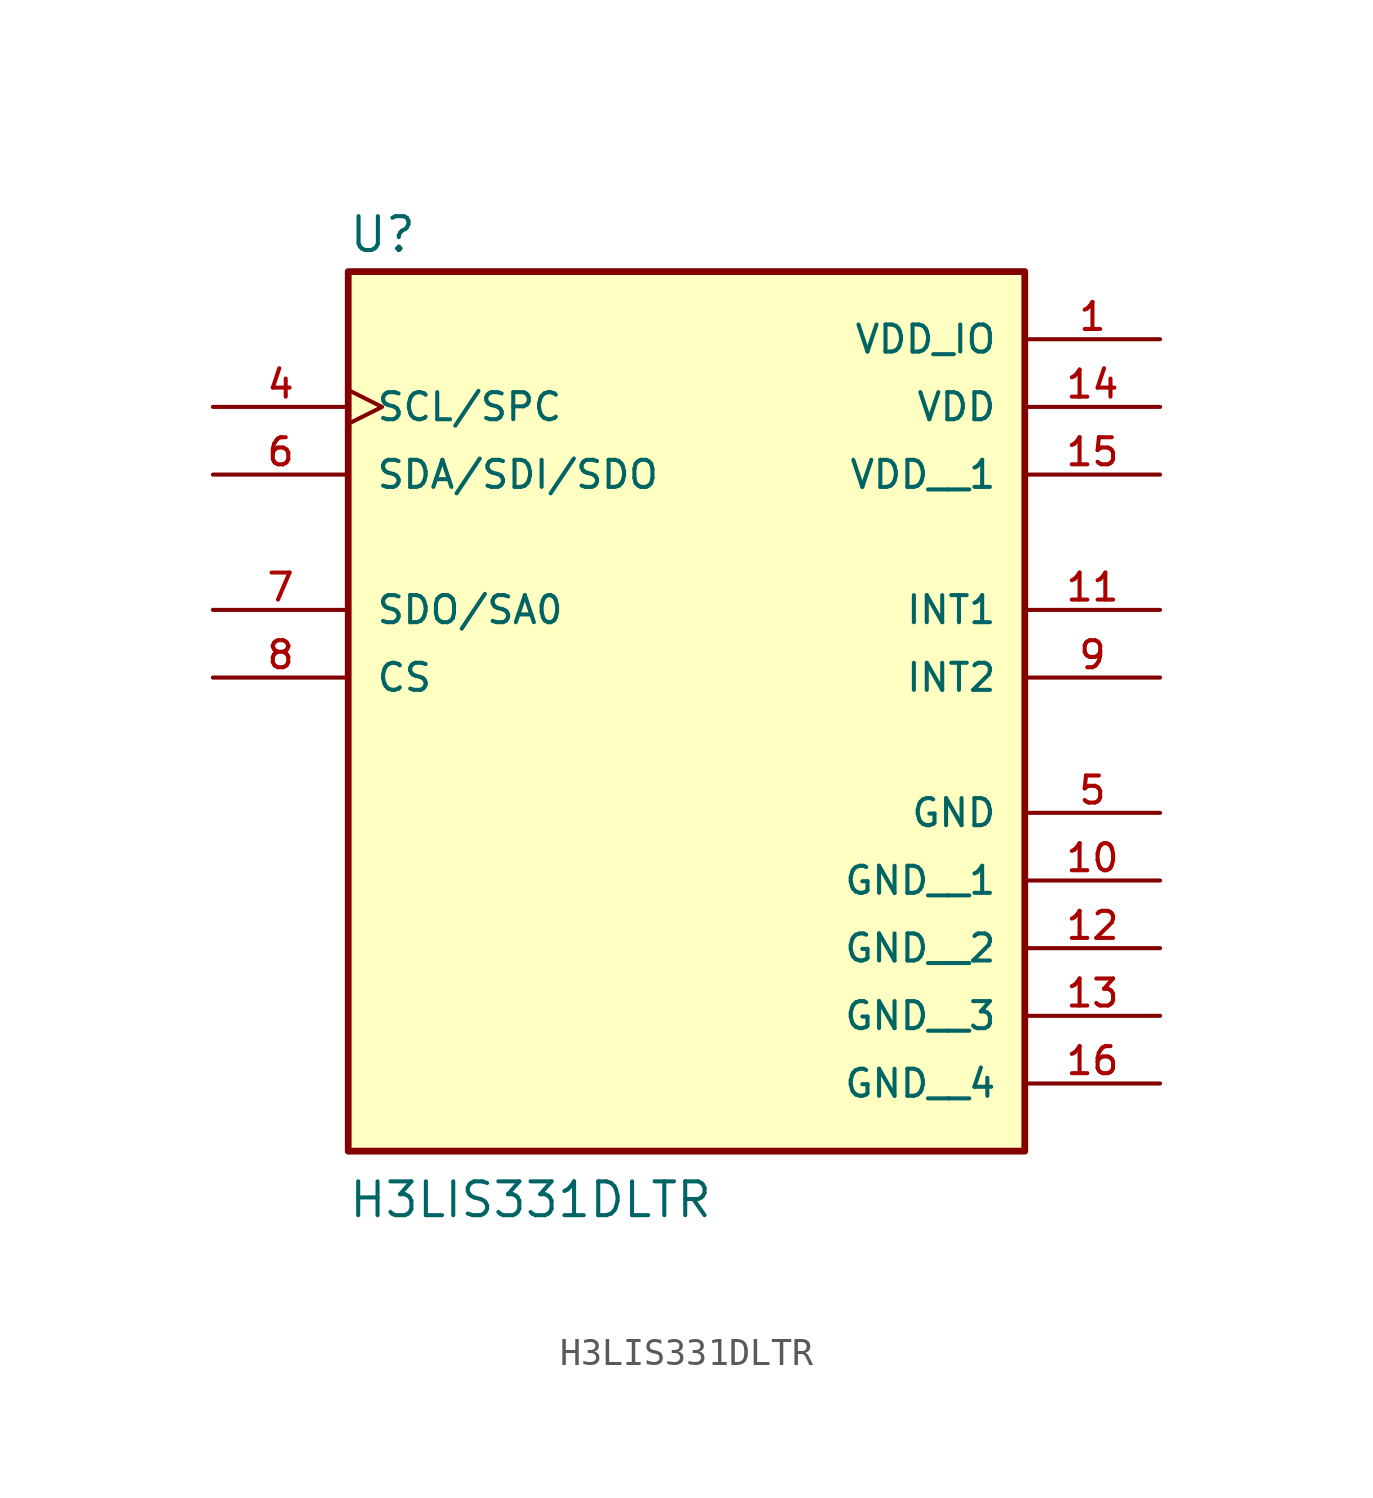
<source format=kicad_sym>
(kicad_symbol_lib
  (version 20211014)
  (generator kicad_symbol_editor)
  (symbol "H3LIS331DLTR"
    (pin_names
      (offset 1.016))
    (property "Reference" "U"
      (at -12.715 10.808 0)
      (effects (font (size 1.27 1.27)) (justify bottom left)))
    (property "Value" "H3LIS331DLTR"
      (at -12.727 -25.427 0)
      (effects (font (size 1.27 1.27)) (justify bottom left)))
    (symbol "H3LIS331DLTR_0_0"
      (rectangle (start -12.7 -22.86) (end 12.7 10.16) (stroke (width 0.254)) (fill (type background)))
      (pin power_in line (at 17.78 7.62 180.0) (length 5.08) (name "VDD_IO" (effects (font (size 1.016 1.016)))) (number "1" (effects (font (size 1.016 1.016)))))
      (pin input clock (at -17.78 5.08 0) (length 5.08) (name "SCL/SPC" (effects (font (size 1.016 1.016)))) (number "4" (effects (font (size 1.016 1.016)))))
      (pin bidirectional line (at -17.78 2.54 0) (length 5.08) (name "SDA/SDI/SDO" (effects (font (size 1.016 1.016)))) (number "6" (effects (font (size 1.016 1.016)))))
      (pin power_in line (at 17.78 -10.16 180.0) (length 5.08) (name "GND" (effects (font (size 1.016 1.016)))) (number "5" (effects (font (size 1.016 1.016)))))
      (pin bidirectional line (at -17.78 -2.54 0) (length 5.08) (name "SDO/SA0" (effects (font (size 1.016 1.016)))) (number "7" (effects (font (size 1.016 1.016)))))
      (pin input line (at -17.78 -5.08 0) (length 5.08) (name "CS" (effects (font (size 1.016 1.016)))) (number "8" (effects (font (size 1.016 1.016)))))
      (pin output line (at 17.78 -5.08 180.0) (length 5.08) (name "INT2" (effects (font (size 1.016 1.016)))) (number "9" (effects (font (size 1.016 1.016)))))
      (pin output line (at 17.78 -2.54 180.0) (length 5.08) (name "INT1" (effects (font (size 1.016 1.016)))) (number "11" (effects (font (size 1.016 1.016)))))
      (pin power_in line (at 17.78 5.08 180.0) (length 5.08) (name "VDD" (effects (font (size 1.016 1.016)))) (number "14" (effects (font (size 1.016 1.016)))))
      (pin power_in line (at 17.78 2.54 180.0) (length 5.08) (name "VDD__1" (effects (font (size 1.016 1.016)))) (number "15" (effects (font (size 1.016 1.016)))))
      (pin power_in line (at 17.78 -12.7 180.0) (length 5.08) (name "GND__1" (effects (font (size 1.016 1.016)))) (number "10" (effects (font (size 1.016 1.016)))))
      (pin power_in line (at 17.78 -15.24 180.0) (length 5.08) (name "GND__2" (effects (font (size 1.016 1.016)))) (number "12" (effects (font (size 1.016 1.016)))))
      (pin power_in line (at 17.78 -17.78 180.0) (length 5.08) (name "GND__3" (effects (font (size 1.016 1.016)))) (number "13" (effects (font (size 1.016 1.016)))))
      (pin power_in line (at 17.78 -20.32 180.0) (length 5.08) (name "GND__4" (effects (font (size 1.016 1.016)))) (number "16" (effects (font (size 1.016 1.016))))))))
</source>
